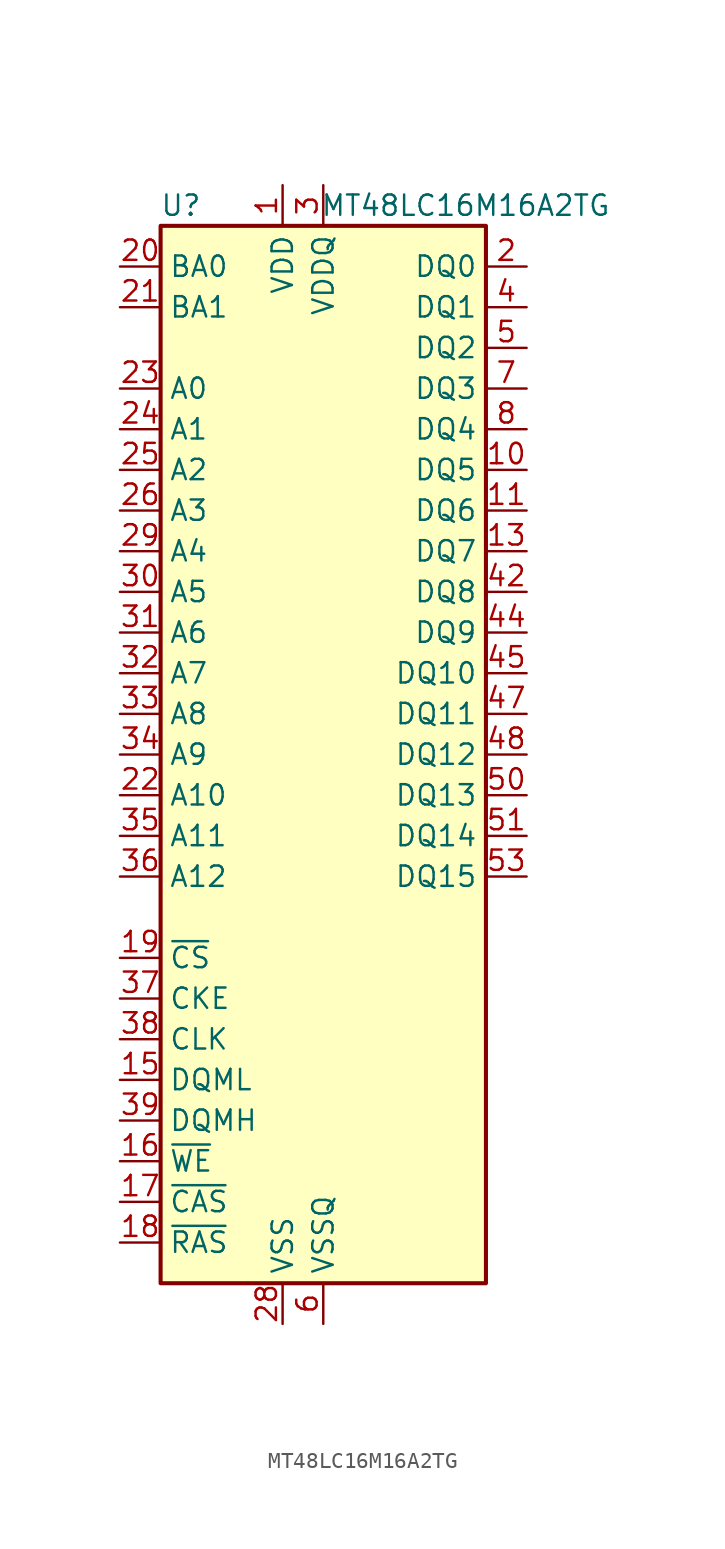
<source format=kicad_sym>
(kicad_symbol_lib
  (version 20200908)
  (generator kicad_symbol_editor)
  (symbol "Memory_RAM:MT48LC16M16A2TG"
    (property "Reference" "U"
      (at -8.89 34.29 0)
      (effects (font (size 1.27 1.27))))
    (property "Value" "MT48LC16M16A2TG"
      (at 8.89 34.29 0)
      (effects (font (size 1.27 1.27))))
    (symbol "MT48LC16M16A2TG_0_1"
      (rectangle (start -10.16 33.02) (end 10.16 -33.02) (stroke (width 0.254)) (fill (type background))))
    (symbol "MT48LC16M16A2TG_1_1"
      (pin power_in line (at -2.54 35.56 270) (length 2.54) (name "VDD" (effects (font (size 1.27 1.27)))) (number "1" (effects (font (size 1.27 1.27)))))
      (pin bidirectional line (at 12.7 17.78 180) (length 2.54) (name "DQ5" (effects (font (size 1.27 1.27)))) (number "10" (effects (font (size 1.27 1.27)))))
      (pin bidirectional line (at 12.7 15.24 180) (length 2.54) (name "DQ6" (effects (font (size 1.27 1.27)))) (number "11" (effects (font (size 1.27 1.27)))))
      (pin passive line (at 0 -35.56 90) (length 2.54) hide (name "VSSQ" (effects (font (size 1.27 1.27)))) (number "12" (effects (font (size 1.27 1.27)))))
      (pin bidirectional line (at 12.7 12.7 180) (length 2.54) (name "DQ7" (effects (font (size 1.27 1.27)))) (number "13" (effects (font (size 1.27 1.27)))))
      (pin passive line (at -2.54 35.56 270) (length 2.54) hide (name "VDD" (effects (font (size 1.27 1.27)))) (number "14" (effects (font (size 1.27 1.27)))))
      (pin input line (at -12.7 -20.32 0) (length 2.54) (name "DQML" (effects (font (size 1.27 1.27)))) (number "15" (effects (font (size 1.27 1.27)))))
      (pin input line (at -12.7 -25.4 0) (length 2.54) (name "~WE~" (effects (font (size 1.27 1.27)))) (number "16" (effects (font (size 1.27 1.27)))))
      (pin input line (at -12.7 -27.94 0) (length 2.54) (name "~CAS~" (effects (font (size 1.27 1.27)))) (number "17" (effects (font (size 1.27 1.27)))))
      (pin input line (at -12.7 -30.48 0) (length 2.54) (name "~RAS~" (effects (font (size 1.27 1.27)))) (number "18" (effects (font (size 1.27 1.27)))))
      (pin input line (at -12.7 -12.7 0) (length 2.54) (name "~CS~" (effects (font (size 1.27 1.27)))) (number "19" (effects (font (size 1.27 1.27)))))
      (pin bidirectional line (at 12.7 30.48 180) (length 2.54) (name "DQ0" (effects (font (size 1.27 1.27)))) (number "2" (effects (font (size 1.27 1.27)))))
      (pin input line (at -12.7 30.48 0) (length 2.54) (name "BA0" (effects (font (size 1.27 1.27)))) (number "20" (effects (font (size 1.27 1.27)))))
      (pin input line (at -12.7 27.94 0) (length 2.54) (name "BA1" (effects (font (size 1.27 1.27)))) (number "21" (effects (font (size 1.27 1.27)))))
      (pin input line (at -12.7 -2.54 0) (length 2.54) (name "A10" (effects (font (size 1.27 1.27)))) (number "22" (effects (font (size 1.27 1.27)))))
      (pin input line (at -12.7 22.86 0) (length 2.54) (name "A0" (effects (font (size 1.27 1.27)))) (number "23" (effects (font (size 1.27 1.27)))))
      (pin input line (at -12.7 20.32 0) (length 2.54) (name "A1" (effects (font (size 1.27 1.27)))) (number "24" (effects (font (size 1.27 1.27)))))
      (pin input line (at -12.7 17.78 0) (length 2.54) (name "A2" (effects (font (size 1.27 1.27)))) (number "25" (effects (font (size 1.27 1.27)))))
      (pin input line (at -12.7 15.24 0) (length 2.54) (name "A3" (effects (font (size 1.27 1.27)))) (number "26" (effects (font (size 1.27 1.27)))))
      (pin passive line (at -2.54 35.56 270) (length 2.54) hide (name "VDD" (effects (font (size 1.27 1.27)))) (number "27" (effects (font (size 1.27 1.27)))))
      (pin power_in line (at -2.54 -35.56 90) (length 2.54) (name "VSS" (effects (font (size 1.27 1.27)))) (number "28" (effects (font (size 1.27 1.27)))))
      (pin input line (at -12.7 12.7 0) (length 2.54) (name "A4" (effects (font (size 1.27 1.27)))) (number "29" (effects (font (size 1.27 1.27)))))
      (pin power_in line (at 0 35.56 270) (length 2.54) (name "VDDQ" (effects (font (size 1.27 1.27)))) (number "3" (effects (font (size 1.27 1.27)))))
      (pin input line (at -12.7 10.16 0) (length 2.54) (name "A5" (effects (font (size 1.27 1.27)))) (number "30" (effects (font (size 1.27 1.27)))))
      (pin input line (at -12.7 7.62 0) (length 2.54) (name "A6" (effects (font (size 1.27 1.27)))) (number "31" (effects (font (size 1.27 1.27)))))
      (pin input line (at -12.7 5.08 0) (length 2.54) (name "A7" (effects (font (size 1.27 1.27)))) (number "32" (effects (font (size 1.27 1.27)))))
      (pin input line (at -12.7 2.54 0) (length 2.54) (name "A8" (effects (font (size 1.27 1.27)))) (number "33" (effects (font (size 1.27 1.27)))))
      (pin input line (at -12.7 0 0) (length 2.54) (name "A9" (effects (font (size 1.27 1.27)))) (number "34" (effects (font (size 1.27 1.27)))))
      (pin input line (at -12.7 -5.08 0) (length 2.54) (name "A11" (effects (font (size 1.27 1.27)))) (number "35" (effects (font (size 1.27 1.27)))))
      (pin input line (at -12.7 -7.62 0) (length 2.54) (name "A12" (effects (font (size 1.27 1.27)))) (number "36" (effects (font (size 1.27 1.27)))))
      (pin input line (at -12.7 -15.24 0) (length 2.54) (name "CKE" (effects (font (size 1.27 1.27)))) (number "37" (effects (font (size 1.27 1.27)))))
      (pin input line (at -12.7 -17.78 0) (length 2.54) (name "CLK" (effects (font (size 1.27 1.27)))) (number "38" (effects (font (size 1.27 1.27)))))
      (pin input line (at -12.7 -22.86 0) (length 2.54) (name "DQMH" (effects (font (size 1.27 1.27)))) (number "39" (effects (font (size 1.27 1.27)))))
      (pin bidirectional line (at 12.7 27.94 180) (length 2.54) (name "DQ1" (effects (font (size 1.27 1.27)))) (number "4" (effects (font (size 1.27 1.27)))))
      (pin unconnected line (at 10.16 -20.32 180) (length 2.54) hide (name "NC" (effects (font (size 1.27 1.27)))) (number "40" (effects (font (size 1.27 1.27)))))
      (pin passive line (at -2.54 -35.56 90) (length 2.54) hide (name "VSS" (effects (font (size 1.27 1.27)))) (number "41" (effects (font (size 1.27 1.27)))))
      (pin bidirectional line (at 12.7 10.16 180) (length 2.54) (name "DQ8" (effects (font (size 1.27 1.27)))) (number "42" (effects (font (size 1.27 1.27)))))
      (pin passive line (at 0 35.56 270) (length 2.54) hide (name "VDDQ" (effects (font (size 1.27 1.27)))) (number "43" (effects (font (size 1.27 1.27)))))
      (pin bidirectional line (at 12.7 7.62 180) (length 2.54) (name "DQ9" (effects (font (size 1.27 1.27)))) (number "44" (effects (font (size 1.27 1.27)))))
      (pin bidirectional line (at 12.7 5.08 180) (length 2.54) (name "DQ10" (effects (font (size 1.27 1.27)))) (number "45" (effects (font (size 1.27 1.27)))))
      (pin passive line (at 0 -35.56 90) (length 2.54) hide (name "VSSQ" (effects (font (size 1.27 1.27)))) (number "46" (effects (font (size 1.27 1.27)))))
      (pin bidirectional line (at 12.7 2.54 180) (length 2.54) (name "DQ11" (effects (font (size 1.27 1.27)))) (number "47" (effects (font (size 1.27 1.27)))))
      (pin bidirectional line (at 12.7 0 180) (length 2.54) (name "DQ12" (effects (font (size 1.27 1.27)))) (number "48" (effects (font (size 1.27 1.27)))))
      (pin passive line (at 0 35.56 270) (length 2.54) hide (name "VDDQ" (effects (font (size 1.27 1.27)))) (number "49" (effects (font (size 1.27 1.27)))))
      (pin bidirectional line (at 12.7 25.4 180) (length 2.54) (name "DQ2" (effects (font (size 1.27 1.27)))) (number "5" (effects (font (size 1.27 1.27)))))
      (pin bidirectional line (at 12.7 -2.54 180) (length 2.54) (name "DQ13" (effects (font (size 1.27 1.27)))) (number "50" (effects (font (size 1.27 1.27)))))
      (pin bidirectional line (at 12.7 -5.08 180) (length 2.54) (name "DQ14" (effects (font (size 1.27 1.27)))) (number "51" (effects (font (size 1.27 1.27)))))
      (pin passive line (at 0 -35.56 90) (length 2.54) hide (name "VSSQ" (effects (font (size 1.27 1.27)))) (number "52" (effects (font (size 1.27 1.27)))))
      (pin bidirectional line (at 12.7 -7.62 180) (length 2.54) (name "DQ15" (effects (font (size 1.27 1.27)))) (number "53" (effects (font (size 1.27 1.27)))))
      (pin passive line (at -2.54 -35.56 90) (length 2.54) hide (name "VSS" (effects (font (size 1.27 1.27)))) (number "54" (effects (font (size 1.27 1.27)))))
      (pin power_in line (at 0 -35.56 90) (length 2.54) (name "VSSQ" (effects (font (size 1.27 1.27)))) (number "6" (effects (font (size 1.27 1.27)))))
      (pin bidirectional line (at 12.7 22.86 180) (length 2.54) (name "DQ3" (effects (font (size 1.27 1.27)))) (number "7" (effects (font (size 1.27 1.27)))))
      (pin bidirectional line (at 12.7 20.32 180) (length 2.54) (name "DQ4" (effects (font (size 1.27 1.27)))) (number "8" (effects (font (size 1.27 1.27)))))
      (pin passive line (at 0 35.56 270) (length 2.54) hide (name "VDDQ" (effects (font (size 1.27 1.27)))) (number "9" (effects (font (size 1.27 1.27))))))))
</source>
